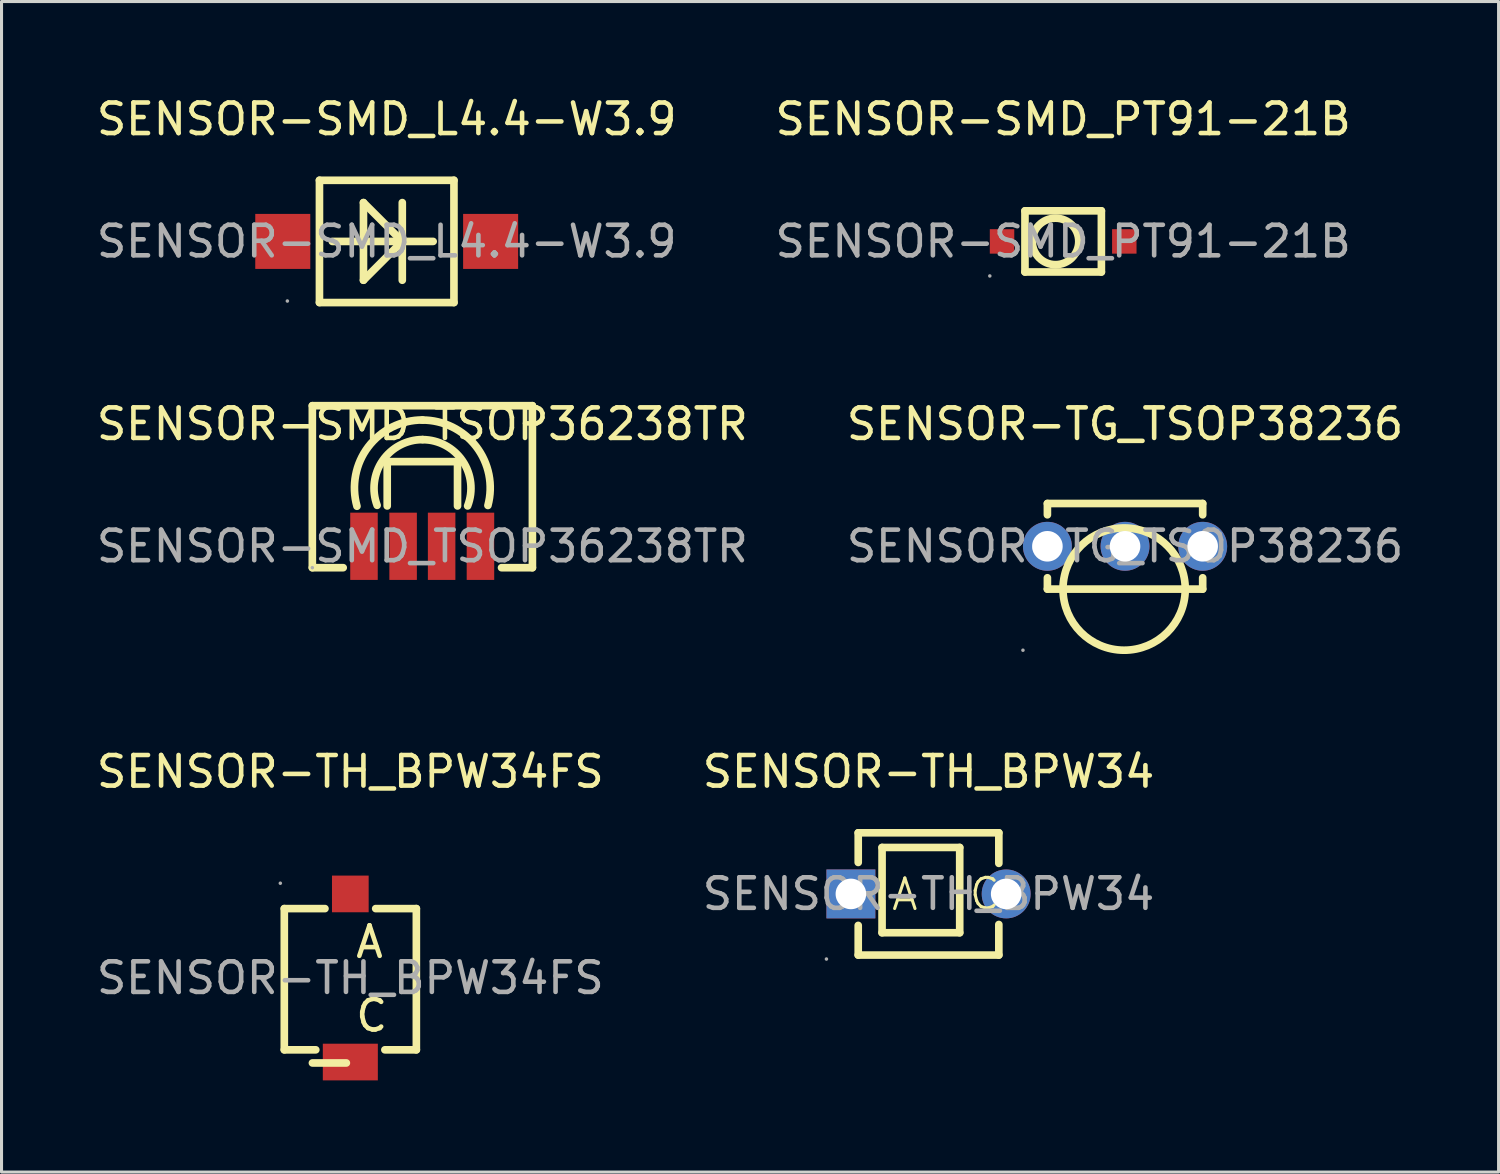
<source format=kicad_pcb>
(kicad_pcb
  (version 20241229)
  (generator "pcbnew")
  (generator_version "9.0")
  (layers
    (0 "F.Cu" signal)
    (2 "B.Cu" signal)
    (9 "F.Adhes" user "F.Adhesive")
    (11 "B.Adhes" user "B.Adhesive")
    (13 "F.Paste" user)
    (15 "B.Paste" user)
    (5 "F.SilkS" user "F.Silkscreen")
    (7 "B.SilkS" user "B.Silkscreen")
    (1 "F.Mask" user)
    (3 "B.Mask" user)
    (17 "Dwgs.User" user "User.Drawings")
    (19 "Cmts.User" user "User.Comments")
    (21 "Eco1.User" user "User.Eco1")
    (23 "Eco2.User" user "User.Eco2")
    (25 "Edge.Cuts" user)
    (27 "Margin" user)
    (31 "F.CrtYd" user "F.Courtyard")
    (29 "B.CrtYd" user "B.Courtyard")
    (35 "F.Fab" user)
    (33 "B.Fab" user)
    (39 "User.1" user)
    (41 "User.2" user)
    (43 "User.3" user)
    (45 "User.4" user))
  (footprint "SENSOR-TH_BPW34"
    (layer "F.Cu")
    (at 27.327 26.195)
    (property "Reference" "SENSOR-TH_BPW34" (at 0 -4 0) (layer "F.SilkS") (effects (font (size 1 1) (thickness 0.15))))
    (attr through_hole)
    (fp_line (start -2.3 -2) (end -2.3 -1.03) (stroke (width 0.25) (type solid)) (layer "F.SilkS"))
    (fp_line (start -2.3 -2) (end 2.3 -2) (stroke (width 0.25) (type solid)) (layer "F.SilkS"))
    (fp_line (start -2.3 1.03) (end -2.3 2) (stroke (width 0.25) (type solid)) (layer "F.SilkS"))
    (fp_line (start -1.52 -1.52) (end 1.02 -1.52) (stroke (width 0.25) (type solid)) (layer "F.SilkS"))
    (fp_line (start -1.52 1.27) (end -1.52 -1.52) (stroke (width 0.25) (type solid)) (layer "F.SilkS"))
    (fp_line (start 1.02 -1.52) (end 1.02 1.27) (stroke (width 0.25) (type solid)) (layer "F.SilkS"))
    (fp_line (start 1.02 1.27) (end -1.52 1.27) (stroke (width 0.25) (type solid)) (layer "F.SilkS"))
    (fp_line (start 2.3 -2) (end 2.3 -1) (stroke (width 0.25) (type solid)) (layer "F.SilkS"))
    (fp_line (start 2.3 1) (end 2.3 2) (stroke (width 0.25) (type solid)) (layer "F.SilkS"))
    (fp_line (start 2.3 2) (end -2.3 2) (stroke (width 0.25) (type solid)) (layer "F.SilkS"))
    (fp_circle (center -3.34 2.13) (end -3.31 2.13) (stroke (width 0.06) (type solid)) (fill no) (layer "F.Fab"))
    (fp_circle (center -2.54 0) (end -2.34 0) (stroke (width 0.4) (type solid)) (fill no) (layer "F.Fab"))
    (fp_circle (center 2.54 0) (end 2.74 0) (stroke (width 0.4) (type solid)) (fill no) (layer "F.Fab"))
    (fp_text user "A" (at -1.27 0.02 0) (layer "F.SilkS") (effects (font (size 1 1) (thickness 0.1)) (justify left)))
    (fp_text user "C" (at 1.27 0 0) (layer "F.SilkS") (effects (font (size 1 1) (thickness 0.1)) (justify left)))
    (fp_text user "${REFERENCE}" (at 0 0 0) (layer "F.Fab") (effects (font (size 1 1) (thickness 0.15))))
    (pad "1" thru_hole rect (at -2.54 0) (size 1.6 1.6) (drill 1) (layers "*.Cu" "*.Paste" "*.Mask"))
    (pad "2" thru_hole circle (at 2.54 0) (size 1.6 1.6) (drill 1) (layers "*.Cu" "*.Paste" "*.Mask")))
  (footprint "SENSOR-TH_BPW34FS"
    (layer "F.Cu")
    (at 8.411 28.945)
    (property "Reference" "SENSOR-TH_BPW34FS" (at 0 -6.75 0) (layer "F.SilkS") (effects (font (size 1 1) (thickness 0.15))))
    (attr through_hole)
    (fp_line (start -2.16 -2.27) (end -0.83 -2.27) (stroke (width 0.25) (type solid)) (layer "F.SilkS"))
    (fp_line (start -2.16 2.35) (end -2.16 -2.27) (stroke (width 0.25) (type solid)) (layer "F.SilkS"))
    (fp_line (start -1.13 2.35) (end -2.16 2.35) (stroke (width 0.25) (type solid)) (layer "F.SilkS"))
    (fp_line (start -0.13 2.78) (end -1.24 2.78) (stroke (width 0.25) (type solid)) (layer "F.SilkS"))
    (fp_line (start 0.83 -2.27) (end 2.16 -2.27) (stroke (width 0.25) (type solid)) (layer "F.SilkS"))
    (fp_line (start 2.16 -2.27) (end 2.16 2.35) (stroke (width 0.25) (type solid)) (layer "F.SilkS"))
    (fp_line (start 2.16 2.35) (end 1.13 2.35) (stroke (width 0.25) (type solid)) (layer "F.SilkS"))
    (fp_circle (center -2.29 -3.1) (end -2.26 -3.1) (stroke (width 0.06) (type solid)) (fill no) (layer "F.Fab"))
    (fp_text user "A" (at 0.1 -1.18 0) (layer "F.SilkS") (effects (font (size 1 1) (thickness 0.15)) (justify left)))
    (fp_text user "C" (at 0.1 1.23 0) (layer "F.SilkS") (effects (font (size 1 1) (thickness 0.15)) (justify left)))
    (fp_text user "${REFERENCE}" (at 0 0 0) (layer "F.Fab") (effects (font (size 1 1) (thickness 0.15))))
    (pad "1" smd rect (at 0 -2.75) (size 1.2 1.2) (layers "F.Cu" "F.Mask" "F.Paste"))
    (pad "2" smd rect (at 0 2.75) (size 1.8 1.2) (layers "F.Cu" "F.Mask" "F.Paste")))
  (footprint "SENSOR-SMD_L4.4-W3.9"
    (layer "F.Cu")
    (at 9.601 4.848)
    (property "Reference" "SENSOR-SMD_L4.4-W3.9" (at 0 -4 0) (layer "F.SilkS") (effects (font (size 1 1) (thickness 0.15))))
    (attr through_hole)
    (fp_line (start -2.2 -2) (end 2.2 -2) (stroke (width 0.25) (type solid)) (layer "F.SilkS"))
    (fp_line (start -2.2 2) (end -2.2 -2) (stroke (width 0.25) (type solid)) (layer "F.SilkS"))
    (fp_line (start -1.78 0) (end 1.52 0) (stroke (width 0.25) (type solid)) (layer "F.SilkS"))
    (fp_line (start -0.76 -1.27) (end -0.76 1.27) (stroke (width 0.25) (type solid)) (layer "F.SilkS"))
    (fp_line (start -0.76 1.27) (end 0.51 0) (stroke (width 0.25) (type solid)) (layer "F.SilkS"))
    (fp_line (start 0.51 -1.27) (end 0.51 1.27) (stroke (width 0.25) (type solid)) (layer "F.SilkS"))
    (fp_line (start 0.51 0) (end -0.76 -1.27) (stroke (width 0.25) (type solid)) (layer "F.SilkS"))
    (fp_line (start 2.2 -2) (end 2.2 2) (stroke (width 0.25) (type solid)) (layer "F.SilkS"))
    (fp_line (start 2.2 2) (end -2.2 2) (stroke (width 0.25) (type solid)) (layer "F.SilkS"))
    (fp_circle (center -3.25 1.95) (end -3.22 1.95) (stroke (width 0.06) (type solid)) (fill no) (layer "F.Fab"))
    (fp_text user "${REFERENCE}" (at 0 0 0) (layer "F.Fab") (effects (font (size 1 1) (thickness 0.15))))
    (pad "1" smd rect (at -3.4 0) (size 1.8 1.8) (layers "F.Cu" "F.Mask" "F.Paste"))
    (pad "2" smd rect (at 3.4 0) (size 1.8 1.8) (layers "F.Cu" "F.Mask" "F.Paste")))
  (footprint "SENSOR-TG_TSOP38236"
    (layer "F.Cu")
    (at 33.756 14.822)
    (property "Reference" "SENSOR-TG_TSOP38236" (at 0 -4 0) (layer "F.SilkS") (effects (font (size 1 1) (thickness 0.15))))
    (attr through_hole)
    (fp_line (start -2.54 -1.4) (end 2.54 -1.4) (stroke (width 0.25) (type solid)) (layer "F.SilkS"))
    (fp_line (start -2.54 -1.03) (end -2.54 -1.4) (stroke (width 0.25) (type solid)) (layer "F.SilkS"))
    (fp_line (start -2.54 1.4) (end -2.54 1.03) (stroke (width 0.25) (type solid)) (layer "F.SilkS"))
    (fp_line (start 2.54 -1.4) (end 2.54 -1.03) (stroke (width 0.25) (type solid)) (layer "F.SilkS"))
    (fp_line (start 2.54 1.03) (end 2.54 1.4) (stroke (width 0.25) (type solid)) (layer "F.SilkS"))
    (fp_line (start 2.54 1.4) (end -2.54 1.4) (stroke (width 0.25) (type solid)) (layer "F.SilkS"))
    (fp_arc (start -2.029695 1.365095) (mid 1.969923 1.417453) (end -2.03 1.4) (stroke (width 0.25) (type solid)) (layer "F.SilkS"))
    (fp_circle (center -3.34 3.4) (end -3.31 3.4) (stroke (width 0.06) (type solid)) (fill no) (layer "F.Fab"))
    (fp_circle (center -2.54 0) (end -2.34 0) (stroke (width 0.4) (type solid)) (fill no) (layer "F.Fab"))
    (fp_circle (center 0 0) (end 0.2 0) (stroke (width 0.4) (type solid)) (fill no) (layer "F.Fab"))
    (fp_circle (center 2.54 0) (end 2.74 0) (stroke (width 0.4) (type solid)) (fill no) (layer "F.Fab"))
    (fp_text user "${REFERENCE}" (at 0 0 0) (layer "F.Fab") (effects (font (size 1 1) (thickness 0.15))))
    (pad "1" thru_hole circle (at -2.54 0) (size 1.6 1.6) (drill 1) (layers "*.Cu" "*.Paste" "*.Mask"))
    (pad "2" thru_hole circle (at 0 0) (size 1.6 1.6) (drill 1) (layers "*.Cu" "*.Paste" "*.Mask"))
    (pad "3" thru_hole circle (at 2.54 0) (size 1.6 1.6) (drill 1) (layers "*.Cu" "*.Paste" "*.Mask")))
  (footprint "SENSOR-SMD_TSOP36238TR"
    (layer "F.Cu")
    (at 10.768 14.822)
    (property "Reference" "SENSOR-SMD_TSOP36238TR" (at 0 -4 0) (layer "F.SilkS") (effects (font (size 1 1) (thickness 0.15))))
    (attr through_hole)
    (fp_line (start -3.6 -4.6) (end 3.6 -4.6) (stroke (width 0.25) (type solid)) (layer "F.SilkS"))
    (fp_line (start -3.6 0.7) (end -3.6 -4.6) (stroke (width 0.25) (type solid)) (layer "F.SilkS"))
    (fp_line (start -3.6 0.7) (end -2.59 0.7) (stroke (width 0.25) (type solid)) (layer "F.SilkS"))
    (fp_line (start -1.15 -2.7) (end -1.15 -1.32) (stroke (width 0.25) (type solid)) (layer "F.SilkS"))
    (fp_line (start 1.15 -2.77) (end -1.15 -2.77) (stroke (width 0.25) (type solid)) (layer "F.SilkS"))
    (fp_line (start 1.15 -2.77) (end 1.15 -1.32) (stroke (width 0.25) (type solid)) (layer "F.SilkS"))
    (fp_line (start 2.59 0.7) (end 3.6 0.7) (stroke (width 0.25) (type solid)) (layer "F.SilkS"))
    (fp_line (start 3.6 -4.6) (end 3.6 0.7) (stroke (width 0.25) (type solid)) (layer "F.SilkS"))
    (fp_arc (start -2.14 -1.31) (mid -1.770002 -3.254132) (end 0.003409 -4.132518) (stroke (width 0.25) (type solid)) (layer "F.SilkS"))
    (fp_arc (start -1.48 -1.34) (mid -1.300759 -2.803112) (end 0.00255 -3.491743) (stroke (width 0.25) (type solid)) (layer "F.SilkS"))
    (fp_arc (start 0 -4.13) (mid 1.761126 -3.261604) (end 2.144456 -1.335796) (stroke (width 0.25) (type solid)) (layer "F.SilkS"))
    (fp_arc (start 0.01 -3.49) (mid 1.31618 -2.792115) (end 1.480607 -1.320342) (stroke (width 0.25) (type solid)) (layer "F.SilkS"))
    (fp_circle (center -3.6 0.7) (end -3.57 0.7) (stroke (width 0.06) (type solid)) (fill no) (layer "F.Fab"))
    (fp_text user "${REFERENCE}" (at 0 0 0) (layer "F.Fab") (effects (font (size 1 1) (thickness 0.15))))
    (pad "1" smd rect (at -1.91 0 90) (size 2.2 0.9) (layers "F.Cu" "F.Mask" "F.Paste"))
    (pad "2" smd rect (at -0.63 0 90) (size 2.2 0.9) (layers "F.Cu" "F.Mask" "F.Paste"))
    (pad "3" smd rect (at 0.63 0 90) (size 2.2 0.9) (layers "F.Cu" "F.Mask" "F.Paste"))
    (pad "4" smd rect (at 1.9 0 90) (size 2.2 0.9) (layers "F.Cu" "F.Mask" "F.Paste")))
  (footprint "SENSOR-SMD_PT91-21B"
    (layer "F.Cu")
    (at 31.732 4.848)
    (property "Reference" "SENSOR-SMD_PT91-21B" (at 0 -4 0) (layer "F.SilkS") (effects (font (size 1 1) (thickness 0.15))))
    (attr through_hole)
    (fp_line (start -1.25 -1) (end 1.25 -1) (stroke (width 0.25) (type solid)) (layer "F.SilkS"))
    (fp_line (start -1.25 1) (end -1.25 -1) (stroke (width 0.25) (type solid)) (layer "F.SilkS"))
    (fp_line (start 1.25 -1) (end 1.25 1) (stroke (width 0.25) (type solid)) (layer "F.SilkS"))
    (fp_line (start 1.25 1) (end -1.25 1) (stroke (width 0.25) (type solid)) (layer "F.SilkS"))
    (fp_circle (center -0.25 0) (end 0.51 0) (stroke (width 0.25) (type solid)) (fill no) (layer "F.SilkS"))
    (fp_circle (center -2.4 1.13) (end -2.37 1.13) (stroke (width 0.06) (type solid)) (fill no) (layer "F.Fab"))
    (fp_text user "${REFERENCE}" (at 0 0 0) (layer "F.Fab") (effects (font (size 1 1) (thickness 0.15))))
    (pad "1" smd rect (at -2 0) (size 0.8 0.8) (layers "F.Cu" "F.Mask" "F.Paste"))
    (pad "2" smd rect (at 2 0) (size 0.8 0.8) (layers "F.Cu" "F.Mask" "F.Paste")))
  (gr_rect
    (start -3 -3)
    (end 45.976 35.295)
    (stroke (width 0.1) (type default))
    (fill no)
    (layer "Edge.Cuts")))
</source>
